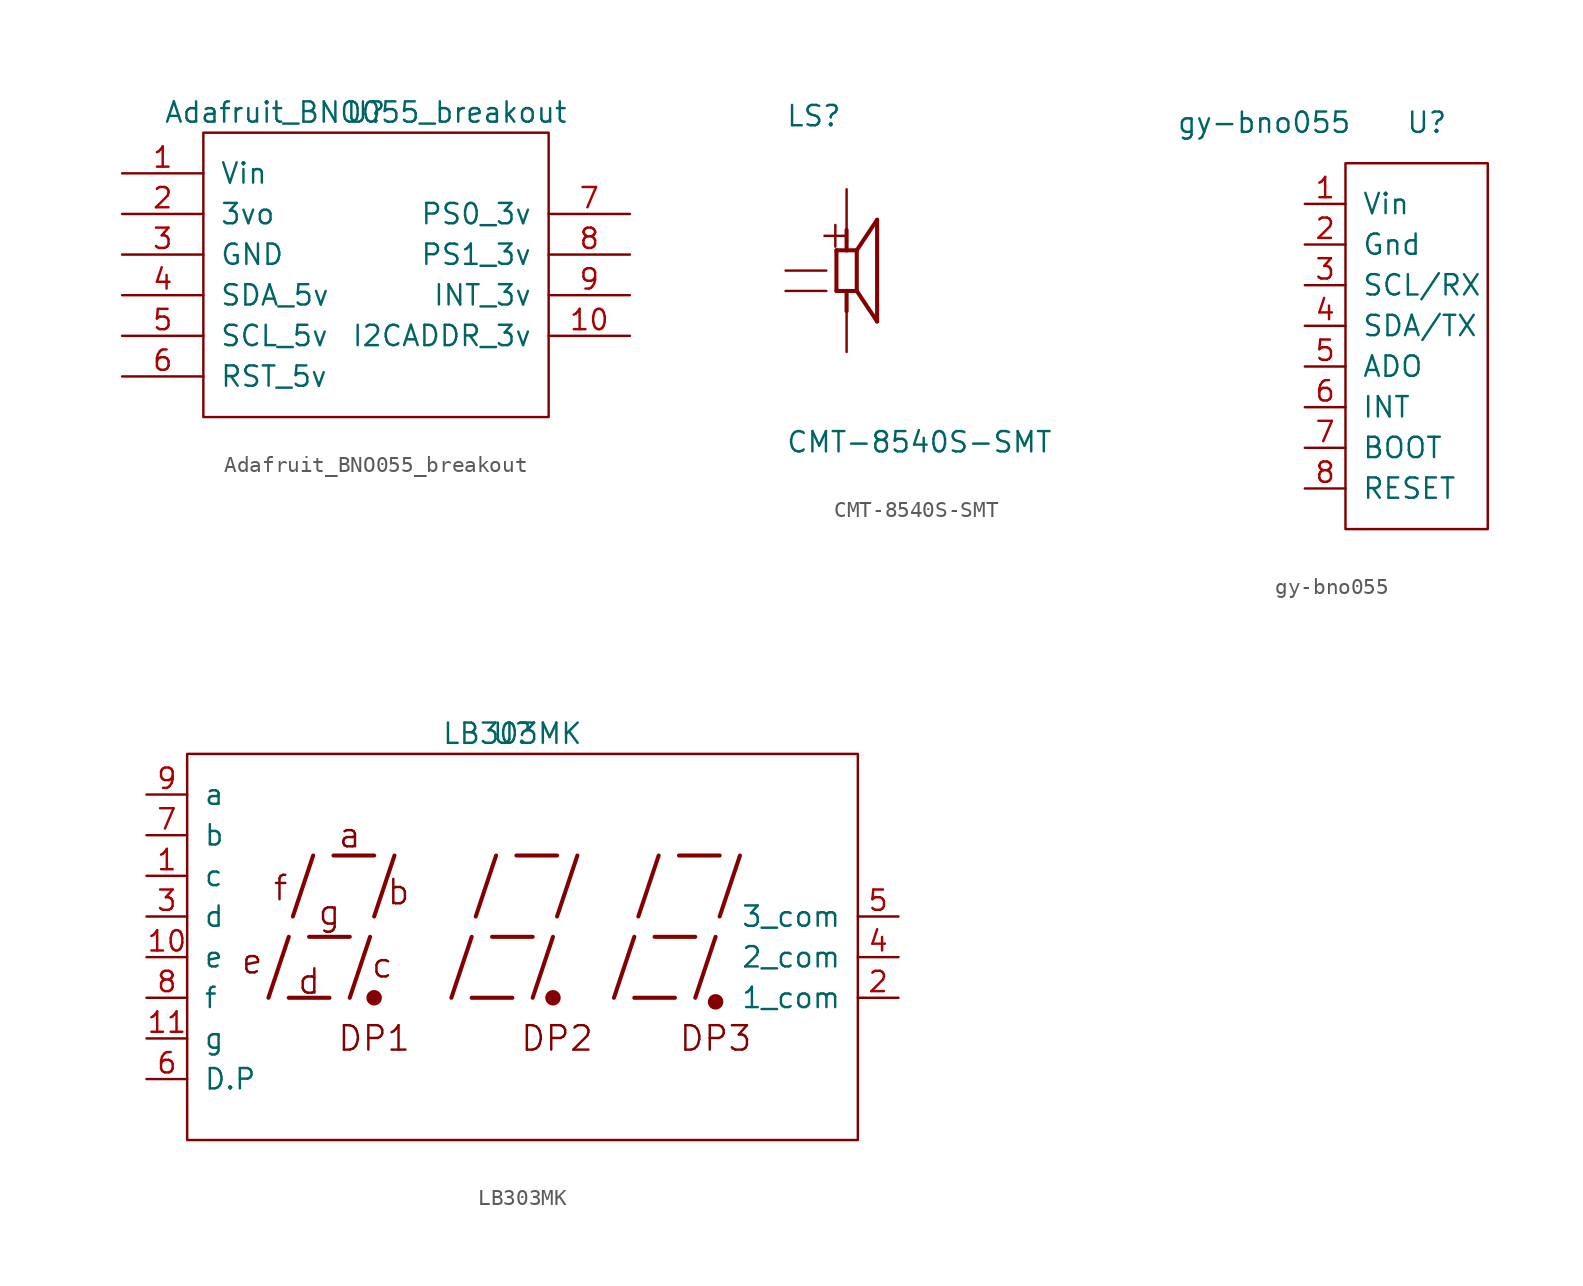
<source format=kicad_sym>
(kicad_symbol_lib
  (version 20220914)
  (generator kicad_symbol_editor)
  (symbol "Adafruit_BNO055_breakout"
    (pin_names
      (offset 1.016))
    (property "Reference" "U"
      (at 0 0 0)
      (effects (font (size 1.27 1.27))))
    (property "Value" "Adafruit_BNO055_breakout"
      (at 0 0 0)
      (effects (font (size 1.27 1.27))))
    (symbol "Adafruit_BNO055_breakout_0_0"
      (pin bidirectional line (at -15.24 -3.81 0) (length 5.08) (name "Vin" (effects (font (size 1.27 1.27)))) (number "1" (effects (font (size 1.27 1.27)))))
      (pin bidirectional line (at 16.51 -13.97 180) (length 5.08) (name "I2CADDR_3v" (effects (font (size 1.27 1.27)))) (number "10" (effects (font (size 1.27 1.27)))))
      (pin bidirectional line (at -15.24 -6.35 0) (length 5.08) (name "3vo" (effects (font (size 1.27 1.27)))) (number "2" (effects (font (size 1.27 1.27)))))
      (pin bidirectional line (at -15.24 -8.89 0) (length 5.08) (name "GND" (effects (font (size 1.27 1.27)))) (number "3" (effects (font (size 1.27 1.27)))))
      (pin bidirectional line (at -15.24 -11.43 0) (length 5.08) (name "SDA_5v" (effects (font (size 1.27 1.27)))) (number "4" (effects (font (size 1.27 1.27)))))
      (pin bidirectional line (at -15.24 -13.97 0) (length 5.08) (name "SCL_5v" (effects (font (size 1.27 1.27)))) (number "5" (effects (font (size 1.27 1.27)))))
      (pin bidirectional line (at -15.24 -16.51 0) (length 5.08) (name "RST_5v" (effects (font (size 1.27 1.27)))) (number "6" (effects (font (size 1.27 1.27)))))
      (pin bidirectional line (at 16.51 -6.35 180) (length 5.08) (name "PS0_3v" (effects (font (size 1.27 1.27)))) (number "7" (effects (font (size 1.27 1.27)))))
      (pin bidirectional line (at 16.51 -8.89 180) (length 5.08) (name "PS1_3v" (effects (font (size 1.27 1.27)))) (number "8" (effects (font (size 1.27 1.27)))))
      (pin bidirectional line (at 16.51 -11.43 180) (length 5.08) (name "INT_3v" (effects (font (size 1.27 1.27)))) (number "9" (effects (font (size 1.27 1.27))))))
    (symbol "Adafruit_BNO055_breakout_0_1"
      (rectangle (start -10.16 -1.27) (end 11.43 -19.05) (stroke (width 0) (type solid)) (fill (type none)))))
  (symbol "CMT-8540S-SMT"
    (pin_numbers hide)
    (pin_names
      (offset 1.016) hide)
    (property "Reference" "LS"
      (at -3.81 8.915 0)
      (effects (font (size 1.27 1.27)) (justify left bottom)))
    (property "Value" "CMT-8540S-SMT"
      (at -3.81 -11.455 0)
      (effects (font (size 1.27 1.27)) (justify left bottom)))
    (symbol "CMT-8540S-SMT_0_0"
      (polyline (pts (xy -0.635 -1.27) (xy -0.635 1.27)) (stroke (width 0.254) (type solid)) (fill (type none)))
      (polyline (pts (xy -0.635 1.27) (xy 0 1.27)) (stroke (width 0.254) (type solid)) (fill (type none)))
      (polyline (pts (xy 0 -1.27) (xy -0.635 -1.27)) (stroke (width 0.254) (type solid)) (fill (type none)))
      (polyline (pts (xy 0 -1.27) (xy 0 -2.54)) (stroke (width 0.254) (type solid)) (fill (type none)))
      (polyline (pts (xy 0 1.27) (xy 0 2.54)) (stroke (width 0.254) (type solid)) (fill (type none)))
      (polyline (pts (xy 0 1.27) (xy 0.635 1.27)) (stroke (width 0.254) (type solid)) (fill (type none)))
      (polyline (pts (xy 0.635 -1.27) (xy 0 -1.27)) (stroke (width 0.254) (type solid)) (fill (type none)))
      (polyline (pts (xy 0.635 1.27) (xy 0.635 -1.27)) (stroke (width 0.254) (type solid)) (fill (type none)))
      (polyline (pts (xy 0.635 1.27) (xy 1.905 3.175)) (stroke (width 0.254) (type solid)) (fill (type none)))
      (polyline (pts (xy 1.905 -3.175) (xy 0.635 -1.27)) (stroke (width 0.254) (type solid)) (fill (type none)))
      (polyline (pts (xy 1.905 3.175) (xy 1.905 -3.175)) (stroke (width 0.254) (type solid)) (fill (type none)))
      (text "+" (at -1.905 1.27 0) (effects (font (size 1.778 1.778)) (justify left bottom)))
      (pin passive line (at -3.81 0 0) (length 2.54) (name "mount" (effects (font (size 1.016 1.016)))) (number "1" (effects (font (size 1.016 1.016)))))
      (pin passive line (at 0 5.08 270) (length 2.54) (name "+" (effects (font (size 1.016 1.016)))) (number "2" (effects (font (size 1.016 1.016)))))
      (pin passive line (at 0 -5.08 90) (length 2.54) (name "-" (effects (font (size 1.016 1.016)))) (number "3" (effects (font (size 1.016 1.016)))))
      (pin passive line (at -3.81 -1.27 0) (length 2.54) (name "mount" (effects (font (size 1.016 1.016)))) (number "4" (effects (font (size 1.016 1.016)))))))
  (symbol "gy-bno055"
    (pin_names
      (offset 1.016))
    (property "Reference" "U"
      (at 5.08 13.97 0)
      (effects (font (size 1.27 1.27))))
    (property "Value" "gy-bno055"
      (at -5.08 13.97 0)
      (effects (font (size 1.27 1.27))))
    (symbol "gy-bno055_0_1"
      (rectangle (start 0 11.43) (end 8.89 -11.43) (stroke (width 0) (type solid)) (fill (type none))))
    (symbol "gy-bno055_1_1"
      (pin input line (at -2.54 8.89 0) (length 2.54) (name "Vin" (effects (font (size 1.27 1.27)))) (number "1" (effects (font (size 1.27 1.27)))))
      (pin input line (at -2.54 6.35 0) (length 2.54) (name "Gnd" (effects (font (size 1.27 1.27)))) (number "2" (effects (font (size 1.27 1.27)))))
      (pin input line (at -2.54 3.81 0) (length 2.54) (name "SCL/RX" (effects (font (size 1.27 1.27)))) (number "3" (effects (font (size 1.27 1.27)))))
      (pin input line (at -2.54 1.27 0) (length 2.54) (name "SDA/TX" (effects (font (size 1.27 1.27)))) (number "4" (effects (font (size 1.27 1.27)))))
      (pin input line (at -2.54 -1.27 0) (length 2.54) (name "ADO" (effects (font (size 1.27 1.27)))) (number "5" (effects (font (size 1.27 1.27)))))
      (pin input line (at -2.54 -3.81 0) (length 2.54) (name "INT" (effects (font (size 1.27 1.27)))) (number "6" (effects (font (size 1.27 1.27)))))
      (pin input line (at -2.54 -6.35 0) (length 2.54) (name "BOOT" (effects (font (size 1.27 1.27)))) (number "7" (effects (font (size 1.27 1.27)))))
      (pin input line (at -2.54 -8.89 0) (length 2.54) (name "RESET" (effects (font (size 1.27 1.27)))) (number "8" (effects (font (size 1.27 1.27)))))))
  (symbol "LB303MK"
    (pin_names
      (offset 1.016))
    (property "Reference" "U"
      (at 0 0 0)
      (effects (font (size 1.27 1.27))))
    (property "Value" "LB303MK"
      (at 0 0 0)
      (effects (font (size 1.27 1.27))))
    (symbol "LB303MK_0_1"
      (rectangle (start -20.32 -1.27) (end 21.59 -25.4) (stroke (width 0) (type solid)) (fill (type none))))
    (symbol "LB303MK_1_1"
      (circle (center -8.636 -16.51) (radius 0.356) (stroke (width 0.254) (type solid)) (fill (type outline)))
      (polyline (pts (xy -15.24 -16.51) (xy -13.97 -12.7)) (stroke (width 0.254) (type solid)) (fill (type none)))
      (polyline (pts (xy -13.97 -16.51) (xy -11.43 -16.51)) (stroke (width 0.254) (type solid)) (fill (type none)))
      (polyline (pts (xy -13.716 -11.43) (xy -12.446 -7.62)) (stroke (width 0.254) (type solid)) (fill (type none)))
      (polyline (pts (xy -12.7 -12.7) (xy -10.16 -12.7)) (stroke (width 0.254) (type solid)) (fill (type none)))
      (polyline (pts (xy -11.176 -7.62) (xy -8.636 -7.62)) (stroke (width 0.254) (type solid)) (fill (type none)))
      (polyline (pts (xy -10.16 -16.51) (xy -8.89 -12.7)) (stroke (width 0.254) (type solid)) (fill (type none)))
      (polyline (pts (xy -8.636 -11.43) (xy -7.366 -7.62)) (stroke (width 0.254) (type solid)) (fill (type none)))
      (polyline (pts (xy -3.81 -16.51) (xy -2.54 -12.7)) (stroke (width 0.254) (type solid)) (fill (type none)))
      (polyline (pts (xy -2.54 -16.51) (xy 0 -16.51)) (stroke (width 0.254) (type solid)) (fill (type none)))
      (polyline (pts (xy -2.286 -11.43) (xy -1.016 -7.62)) (stroke (width 0.254) (type solid)) (fill (type none)))
      (polyline (pts (xy -1.27 -12.7) (xy 1.27 -12.7)) (stroke (width 0.254) (type solid)) (fill (type none)))
      (polyline (pts (xy 0.254 -7.62) (xy 2.794 -7.62)) (stroke (width 0.254) (type solid)) (fill (type none)))
      (polyline (pts (xy 1.27 -16.51) (xy 2.54 -12.7)) (stroke (width 0.254) (type solid)) (fill (type none)))
      (polyline (pts (xy 2.794 -11.43) (xy 4.064 -7.62)) (stroke (width 0.254) (type solid)) (fill (type none)))
      (polyline (pts (xy 6.35 -16.51) (xy 7.62 -12.7)) (stroke (width 0.254) (type solid)) (fill (type none)))
      (polyline (pts (xy 7.62 -16.51) (xy 10.16 -16.51)) (stroke (width 0.254) (type solid)) (fill (type none)))
      (polyline (pts (xy 7.874 -11.43) (xy 9.144 -7.62)) (stroke (width 0.254) (type solid)) (fill (type none)))
      (polyline (pts (xy 8.89 -12.7) (xy 11.43 -12.7)) (stroke (width 0.254) (type solid)) (fill (type none)))
      (polyline (pts (xy 10.414 -7.62) (xy 12.954 -7.62)) (stroke (width 0.254) (type solid)) (fill (type none)))
      (polyline (pts (xy 11.43 -16.51) (xy 12.7 -12.7)) (stroke (width 0.254) (type solid)) (fill (type none)))
      (polyline (pts (xy 12.954 -11.43) (xy 14.224 -7.62)) (stroke (width 0.254) (type solid)) (fill (type none)))
      (circle (center 2.54 -16.51) (radius 0.356) (stroke (width 0.254) (type solid)) (fill (type outline)))
      (circle (center 12.7 -16.764) (radius 0.356) (stroke (width 0.254) (type solid)) (fill (type outline)))
      (text "a" (at -10.16 -6.35 0) (effects (font (size 1.524 1.524))))
      (text "b" (at -7.112 -9.906 0) (effects (font (size 1.524 1.524))))
      (text "c" (at -8.128 -14.478 0) (effects (font (size 1.524 1.524))))
      (text "d" (at -12.7 -15.494 0) (effects (font (size 1.524 1.524))))
      (text "DP1" (at -8.636 -19.05 0) (effects (font (size 1.524 1.524))))
      (text "DP2" (at 2.794 -19.05 0) (effects (font (size 1.524 1.524))))
      (text "DP3" (at 12.7 -19.05 0) (effects (font (size 1.524 1.524))))
      (text "e" (at -16.256 -14.224 0) (effects (font (size 1.524 1.524))))
      (text "f" (at -14.478 -9.652 0) (effects (font (size 1.524 1.524))))
      (text "g" (at -11.43 -11.176 0) (effects (font (size 1.524 1.524))))
      (pin input line (at -22.86 -8.89 0) (length 2.54) (name "c" (effects (font (size 1.27 1.27)))) (number "1" (effects (font (size 1.27 1.27)))))
      (pin input line (at -22.86 -13.97 0) (length 2.54) (name "e" (effects (font (size 1.27 1.27)))) (number "10" (effects (font (size 1.27 1.27)))))
      (pin input line (at -22.86 -19.05 0) (length 2.54) (name "g" (effects (font (size 1.27 1.27)))) (number "11" (effects (font (size 1.27 1.27)))))
      (pin input line (at 24.13 -16.51 180) (length 2.54) (name "1_com" (effects (font (size 1.27 1.27)))) (number "2" (effects (font (size 1.27 1.27)))))
      (pin input line (at -22.86 -11.43 0) (length 2.54) (name "d" (effects (font (size 1.27 1.27)))) (number "3" (effects (font (size 1.27 1.27)))))
      (pin input line (at 24.13 -13.97 180) (length 2.54) (name "2_com" (effects (font (size 1.27 1.27)))) (number "4" (effects (font (size 1.27 1.27)))))
      (pin input line (at 24.13 -11.43 180) (length 2.54) (name "3_com" (effects (font (size 1.27 1.27)))) (number "5" (effects (font (size 1.27 1.27)))))
      (pin input line (at -22.86 -21.59 0) (length 2.54) (name "D.P" (effects (font (size 1.27 1.27)))) (number "6" (effects (font (size 1.27 1.27)))))
      (pin input line (at -22.86 -6.35 0) (length 2.54) (name "b" (effects (font (size 1.27 1.27)))) (number "7" (effects (font (size 1.27 1.27)))))
      (pin input line (at -22.86 -16.51 0) (length 2.54) (name "f" (effects (font (size 1.27 1.27)))) (number "8" (effects (font (size 1.27 1.27)))))
      (pin input line (at -22.86 -3.81 0) (length 2.54) (name "a" (effects (font (size 1.27 1.27)))) (number "9" (effects (font (size 1.27 1.27))))))))
</source>
